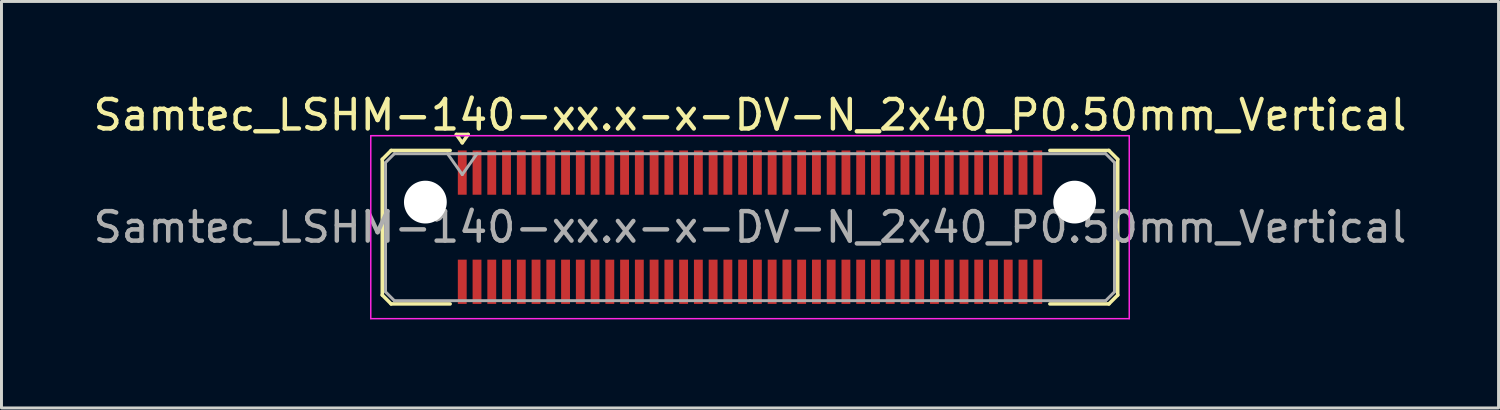
<source format=kicad_pcb>
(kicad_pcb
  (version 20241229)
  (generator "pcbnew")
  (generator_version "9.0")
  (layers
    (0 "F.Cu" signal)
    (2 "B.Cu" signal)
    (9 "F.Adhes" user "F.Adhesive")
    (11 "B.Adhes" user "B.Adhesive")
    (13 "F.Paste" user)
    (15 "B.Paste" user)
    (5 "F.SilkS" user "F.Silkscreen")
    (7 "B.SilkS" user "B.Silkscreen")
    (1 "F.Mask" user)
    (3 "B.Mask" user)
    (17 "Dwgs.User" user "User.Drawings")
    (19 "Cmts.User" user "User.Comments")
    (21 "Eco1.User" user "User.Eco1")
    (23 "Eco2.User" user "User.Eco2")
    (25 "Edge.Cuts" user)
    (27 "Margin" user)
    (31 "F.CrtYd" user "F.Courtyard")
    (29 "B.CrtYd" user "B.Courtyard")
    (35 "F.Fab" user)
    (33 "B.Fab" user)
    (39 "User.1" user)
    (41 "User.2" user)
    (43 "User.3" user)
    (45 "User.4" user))
  (footprint "Samtec_LSHM-140-xx.x-x-DV-N_2x40_P0.50mm_Vertical"
    (layer "F.Cu")
    (at 22.363 4.648)
    (property "Reference" "Samtec_LSHM-140-xx.x-x-DV-N_2x40_P0.50mm_Vertical" (at 0 -3.8 0) (layer "F.SilkS") (effects (font (size 1 1) (thickness 0.15))))
    (attr smd)
    (fp_line (start -12.46 -2.3) (end -12.46 2.3) (stroke (width 0.12) (type solid)) (layer "F.SilkS"))
    (fp_line (start -12.46 2.3) (end -12.16 2.6) (stroke (width 0.12) (type solid)) (layer "F.SilkS"))
    (fp_line (start -12.16 -2.6) (end -12.46 -2.3) (stroke (width 0.12) (type solid)) (layer "F.SilkS"))
    (fp_line (start -12.16 2.6) (end -10.16 2.6) (stroke (width 0.12) (type solid)) (layer "F.SilkS"))
    (fp_line (start -10.16 -2.6) (end -12.16 -2.6) (stroke (width 0.12) (type solid)) (layer "F.SilkS"))
    (fp_line (start -9.95 -3.143) (end -9.55 -3.143) (stroke (width 0.12) (type solid)) (layer "F.SilkS"))
    (fp_line (start -9.75 -2.86) (end -9.95 -3.143) (stroke (width 0.12) (type solid)) (layer "F.SilkS"))
    (fp_line (start -9.55 -3.143) (end -9.75 -2.86) (stroke (width 0.12) (type solid)) (layer "F.SilkS"))
    (fp_line (start 10.16 -2.6) (end 12.16 -2.6) (stroke (width 0.12) (type solid)) (layer "F.SilkS"))
    (fp_line (start 12.16 -2.6) (end 12.46 -2.3) (stroke (width 0.12) (type solid)) (layer "F.SilkS"))
    (fp_line (start 12.16 2.6) (end 10.16 2.6) (stroke (width 0.12) (type solid)) (layer "F.SilkS"))
    (fp_line (start 12.46 -2.3) (end 12.46 2.3) (stroke (width 0.12) (type solid)) (layer "F.SilkS"))
    (fp_line (start 12.46 2.3) (end 12.16 2.6) (stroke (width 0.12) (type solid)) (layer "F.SilkS"))
    (fp_line (start -12.85 -3.1) (end -12.85 3.1) (stroke (width 0.05) (type solid)) (layer "F.CrtYd"))
    (fp_line (start -12.85 3.1) (end 12.85 3.1) (stroke (width 0.05) (type solid)) (layer "F.CrtYd"))
    (fp_line (start 12.85 -3.1) (end -12.85 -3.1) (stroke (width 0.05) (type solid)) (layer "F.CrtYd"))
    (fp_line (start 12.85 3.1) (end 12.85 -3.1) (stroke (width 0.05) (type solid)) (layer "F.CrtYd"))
    (fp_line (start -12.35 -2.19) (end -12.35 2.19) (stroke (width 0.1) (type solid)) (layer "F.Fab"))
    (fp_line (start -12.35 2.19) (end -12.05 2.49) (stroke (width 0.1) (type solid)) (layer "F.Fab"))
    (fp_line (start -12.05 -2.49) (end -12.35 -2.19) (stroke (width 0.1) (type solid)) (layer "F.Fab"))
    (fp_line (start -12.05 2.49) (end 0 2.49) (stroke (width 0.1) (type solid)) (layer "F.Fab"))
    (fp_line (start -10.25 -2.49) (end -9.75 -1.783) (stroke (width 0.1) (type solid)) (layer "F.Fab"))
    (fp_line (start -9.75 -1.783) (end -9.25 -2.49) (stroke (width 0.1) (type solid)) (layer "F.Fab"))
    (fp_line (start 0 -2.49) (end -12.05 -2.49) (stroke (width 0.1) (type solid)) (layer "F.Fab"))
    (fp_line (start 0 -2.49) (end 12.05 -2.49) (stroke (width 0.1) (type solid)) (layer "F.Fab"))
    (fp_line (start 12.05 -2.49) (end 12.35 -2.19) (stroke (width 0.1) (type solid)) (layer "F.Fab"))
    (fp_line (start 12.05 2.49) (end 0 2.49) (stroke (width 0.1) (type solid)) (layer "F.Fab"))
    (fp_line (start 12.35 -2.19) (end 12.35 2.19) (stroke (width 0.1) (type solid)) (layer "F.Fab"))
    (fp_line (start 12.35 2.19) (end 12.05 2.49) (stroke (width 0.1) (type solid)) (layer "F.Fab"))
    (fp_text user "${REFERENCE}" (at 0 0 0) (layer "F.Fab") (effects (font (size 1 1) (thickness 0.15))))
    (pad "" np_thru_hole circle (at -11 -0.85) (size 1.45 1.45) (drill 1.45) (layers "*.Cu" "*.Mask"))
    (pad "" np_thru_hole circle (at 11 -0.85) (size 1.45 1.45) (drill 1.45) (layers "*.Cu" "*.Mask"))
    (pad "1" smd rect (at -9.75 -1.85) (size 0.3 1.5) (layers "F.Cu" "F.Mask" "F.Paste"))
    (pad "2" smd rect (at -9.75 1.85) (size 0.3 1.5) (layers "F.Cu" "F.Mask" "F.Paste"))
    (pad "3" smd rect (at -9.25 -1.85) (size 0.3 1.5) (layers "F.Cu" "F.Mask" "F.Paste"))
    (pad "4" smd rect (at -9.25 1.85) (size 0.3 1.5) (layers "F.Cu" "F.Mask" "F.Paste"))
    (pad "5" smd rect (at -8.75 -1.85) (size 0.3 1.5) (layers "F.Cu" "F.Mask" "F.Paste"))
    (pad "6" smd rect (at -8.75 1.85) (size 0.3 1.5) (layers "F.Cu" "F.Mask" "F.Paste"))
    (pad "7" smd rect (at -8.25 -1.85) (size 0.3 1.5) (layers "F.Cu" "F.Mask" "F.Paste"))
    (pad "8" smd rect (at -8.25 1.85) (size 0.3 1.5) (layers "F.Cu" "F.Mask" "F.Paste"))
    (pad "9" smd rect (at -7.75 -1.85) (size 0.3 1.5) (layers "F.Cu" "F.Mask" "F.Paste"))
    (pad "10" smd rect (at -7.75 1.85) (size 0.3 1.5) (layers "F.Cu" "F.Mask" "F.Paste"))
    (pad "11" smd rect (at -7.25 -1.85) (size 0.3 1.5) (layers "F.Cu" "F.Mask" "F.Paste"))
    (pad "12" smd rect (at -7.25 1.85) (size 0.3 1.5) (layers "F.Cu" "F.Mask" "F.Paste"))
    (pad "13" smd rect (at -6.75 -1.85) (size 0.3 1.5) (layers "F.Cu" "F.Mask" "F.Paste"))
    (pad "14" smd rect (at -6.75 1.85) (size 0.3 1.5) (layers "F.Cu" "F.Mask" "F.Paste"))
    (pad "15" smd rect (at -6.25 -1.85) (size 0.3 1.5) (layers "F.Cu" "F.Mask" "F.Paste"))
    (pad "16" smd rect (at -6.25 1.85) (size 0.3 1.5) (layers "F.Cu" "F.Mask" "F.Paste"))
    (pad "17" smd rect (at -5.75 -1.85) (size 0.3 1.5) (layers "F.Cu" "F.Mask" "F.Paste"))
    (pad "18" smd rect (at -5.75 1.85) (size 0.3 1.5) (layers "F.Cu" "F.Mask" "F.Paste"))
    (pad "19" smd rect (at -5.25 -1.85) (size 0.3 1.5) (layers "F.Cu" "F.Mask" "F.Paste"))
    (pad "20" smd rect (at -5.25 1.85) (size 0.3 1.5) (layers "F.Cu" "F.Mask" "F.Paste"))
    (pad "21" smd rect (at -4.75 -1.85) (size 0.3 1.5) (layers "F.Cu" "F.Mask" "F.Paste"))
    (pad "22" smd rect (at -4.75 1.85) (size 0.3 1.5) (layers "F.Cu" "F.Mask" "F.Paste"))
    (pad "23" smd rect (at -4.25 -1.85) (size 0.3 1.5) (layers "F.Cu" "F.Mask" "F.Paste"))
    (pad "24" smd rect (at -4.25 1.85) (size 0.3 1.5) (layers "F.Cu" "F.Mask" "F.Paste"))
    (pad "25" smd rect (at -3.75 -1.85) (size 0.3 1.5) (layers "F.Cu" "F.Mask" "F.Paste"))
    (pad "26" smd rect (at -3.75 1.85) (size 0.3 1.5) (layers "F.Cu" "F.Mask" "F.Paste"))
    (pad "27" smd rect (at -3.25 -1.85) (size 0.3 1.5) (layers "F.Cu" "F.Mask" "F.Paste"))
    (pad "28" smd rect (at -3.25 1.85) (size 0.3 1.5) (layers "F.Cu" "F.Mask" "F.Paste"))
    (pad "29" smd rect (at -2.75 -1.85) (size 0.3 1.5) (layers "F.Cu" "F.Mask" "F.Paste"))
    (pad "30" smd rect (at -2.75 1.85) (size 0.3 1.5) (layers "F.Cu" "F.Mask" "F.Paste"))
    (pad "31" smd rect (at -2.25 -1.85) (size 0.3 1.5) (layers "F.Cu" "F.Mask" "F.Paste"))
    (pad "32" smd rect (at -2.25 1.85) (size 0.3 1.5) (layers "F.Cu" "F.Mask" "F.Paste"))
    (pad "33" smd rect (at -1.75 -1.85) (size 0.3 1.5) (layers "F.Cu" "F.Mask" "F.Paste"))
    (pad "34" smd rect (at -1.75 1.85) (size 0.3 1.5) (layers "F.Cu" "F.Mask" "F.Paste"))
    (pad "35" smd rect (at -1.25 -1.85) (size 0.3 1.5) (layers "F.Cu" "F.Mask" "F.Paste"))
    (pad "36" smd rect (at -1.25 1.85) (size 0.3 1.5) (layers "F.Cu" "F.Mask" "F.Paste"))
    (pad "37" smd rect (at -0.75 -1.85) (size 0.3 1.5) (layers "F.Cu" "F.Mask" "F.Paste"))
    (pad "38" smd rect (at -0.75 1.85) (size 0.3 1.5) (layers "F.Cu" "F.Mask" "F.Paste"))
    (pad "39" smd rect (at -0.25 -1.85) (size 0.3 1.5) (layers "F.Cu" "F.Mask" "F.Paste"))
    (pad "40" smd rect (at -0.25 1.85) (size 0.3 1.5) (layers "F.Cu" "F.Mask" "F.Paste"))
    (pad "41" smd rect (at 0.25 -1.85) (size 0.3 1.5) (layers "F.Cu" "F.Mask" "F.Paste"))
    (pad "42" smd rect (at 0.25 1.85) (size 0.3 1.5) (layers "F.Cu" "F.Mask" "F.Paste"))
    (pad "43" smd rect (at 0.75 -1.85) (size 0.3 1.5) (layers "F.Cu" "F.Mask" "F.Paste"))
    (pad "44" smd rect (at 0.75 1.85) (size 0.3 1.5) (layers "F.Cu" "F.Mask" "F.Paste"))
    (pad "45" smd rect (at 1.25 -1.85) (size 0.3 1.5) (layers "F.Cu" "F.Mask" "F.Paste"))
    (pad "46" smd rect (at 1.25 1.85) (size 0.3 1.5) (layers "F.Cu" "F.Mask" "F.Paste"))
    (pad "47" smd rect (at 1.75 -1.85) (size 0.3 1.5) (layers "F.Cu" "F.Mask" "F.Paste"))
    (pad "48" smd rect (at 1.75 1.85) (size 0.3 1.5) (layers "F.Cu" "F.Mask" "F.Paste"))
    (pad "49" smd rect (at 2.25 -1.85) (size 0.3 1.5) (layers "F.Cu" "F.Mask" "F.Paste"))
    (pad "50" smd rect (at 2.25 1.85) (size 0.3 1.5) (layers "F.Cu" "F.Mask" "F.Paste"))
    (pad "51" smd rect (at 2.75 -1.85) (size 0.3 1.5) (layers "F.Cu" "F.Mask" "F.Paste"))
    (pad "52" smd rect (at 2.75 1.85) (size 0.3 1.5) (layers "F.Cu" "F.Mask" "F.Paste"))
    (pad "53" smd rect (at 3.25 -1.85) (size 0.3 1.5) (layers "F.Cu" "F.Mask" "F.Paste"))
    (pad "54" smd rect (at 3.25 1.85) (size 0.3 1.5) (layers "F.Cu" "F.Mask" "F.Paste"))
    (pad "55" smd rect (at 3.75 -1.85) (size 0.3 1.5) (layers "F.Cu" "F.Mask" "F.Paste"))
    (pad "56" smd rect (at 3.75 1.85) (size 0.3 1.5) (layers "F.Cu" "F.Mask" "F.Paste"))
    (pad "57" smd rect (at 4.25 -1.85) (size 0.3 1.5) (layers "F.Cu" "F.Mask" "F.Paste"))
    (pad "58" smd rect (at 4.25 1.85) (size 0.3 1.5) (layers "F.Cu" "F.Mask" "F.Paste"))
    (pad "59" smd rect (at 4.75 -1.85) (size 0.3 1.5) (layers "F.Cu" "F.Mask" "F.Paste"))
    (pad "60" smd rect (at 4.75 1.85) (size 0.3 1.5) (layers "F.Cu" "F.Mask" "F.Paste"))
    (pad "61" smd rect (at 5.25 -1.85) (size 0.3 1.5) (layers "F.Cu" "F.Mask" "F.Paste"))
    (pad "62" smd rect (at 5.25 1.85) (size 0.3 1.5) (layers "F.Cu" "F.Mask" "F.Paste"))
    (pad "63" smd rect (at 5.75 -1.85) (size 0.3 1.5) (layers "F.Cu" "F.Mask" "F.Paste"))
    (pad "64" smd rect (at 5.75 1.85) (size 0.3 1.5) (layers "F.Cu" "F.Mask" "F.Paste"))
    (pad "65" smd rect (at 6.25 -1.85) (size 0.3 1.5) (layers "F.Cu" "F.Mask" "F.Paste"))
    (pad "66" smd rect (at 6.25 1.85) (size 0.3 1.5) (layers "F.Cu" "F.Mask" "F.Paste"))
    (pad "67" smd rect (at 6.75 -1.85) (size 0.3 1.5) (layers "F.Cu" "F.Mask" "F.Paste"))
    (pad "68" smd rect (at 6.75 1.85) (size 0.3 1.5) (layers "F.Cu" "F.Mask" "F.Paste"))
    (pad "69" smd rect (at 7.25 -1.85) (size 0.3 1.5) (layers "F.Cu" "F.Mask" "F.Paste"))
    (pad "70" smd rect (at 7.25 1.85) (size 0.3 1.5) (layers "F.Cu" "F.Mask" "F.Paste"))
    (pad "71" smd rect (at 7.75 -1.85) (size 0.3 1.5) (layers "F.Cu" "F.Mask" "F.Paste"))
    (pad "72" smd rect (at 7.75 1.85) (size 0.3 1.5) (layers "F.Cu" "F.Mask" "F.Paste"))
    (pad "73" smd rect (at 8.25 -1.85) (size 0.3 1.5) (layers "F.Cu" "F.Mask" "F.Paste"))
    (pad "74" smd rect (at 8.25 1.85) (size 0.3 1.5) (layers "F.Cu" "F.Mask" "F.Paste"))
    (pad "75" smd rect (at 8.75 -1.85) (size 0.3 1.5) (layers "F.Cu" "F.Mask" "F.Paste"))
    (pad "76" smd rect (at 8.75 1.85) (size 0.3 1.5) (layers "F.Cu" "F.Mask" "F.Paste"))
    (pad "77" smd rect (at 9.25 -1.85) (size 0.3 1.5) (layers "F.Cu" "F.Mask" "F.Paste"))
    (pad "78" smd rect (at 9.25 1.85) (size 0.3 1.5) (layers "F.Cu" "F.Mask" "F.Paste"))
    (pad "79" smd rect (at 9.75 -1.85) (size 0.3 1.5) (layers "F.Cu" "F.Mask" "F.Paste"))
    (pad "80" smd rect (at 9.75 1.85) (size 0.3 1.5) (layers "F.Cu" "F.Mask" "F.Paste")))
  (gr_rect
    (start -3 -3)
    (end 47.726 10.773)
    (stroke (width 0.1) (type default))
    (fill no)
    (layer "Edge.Cuts")))
</source>
